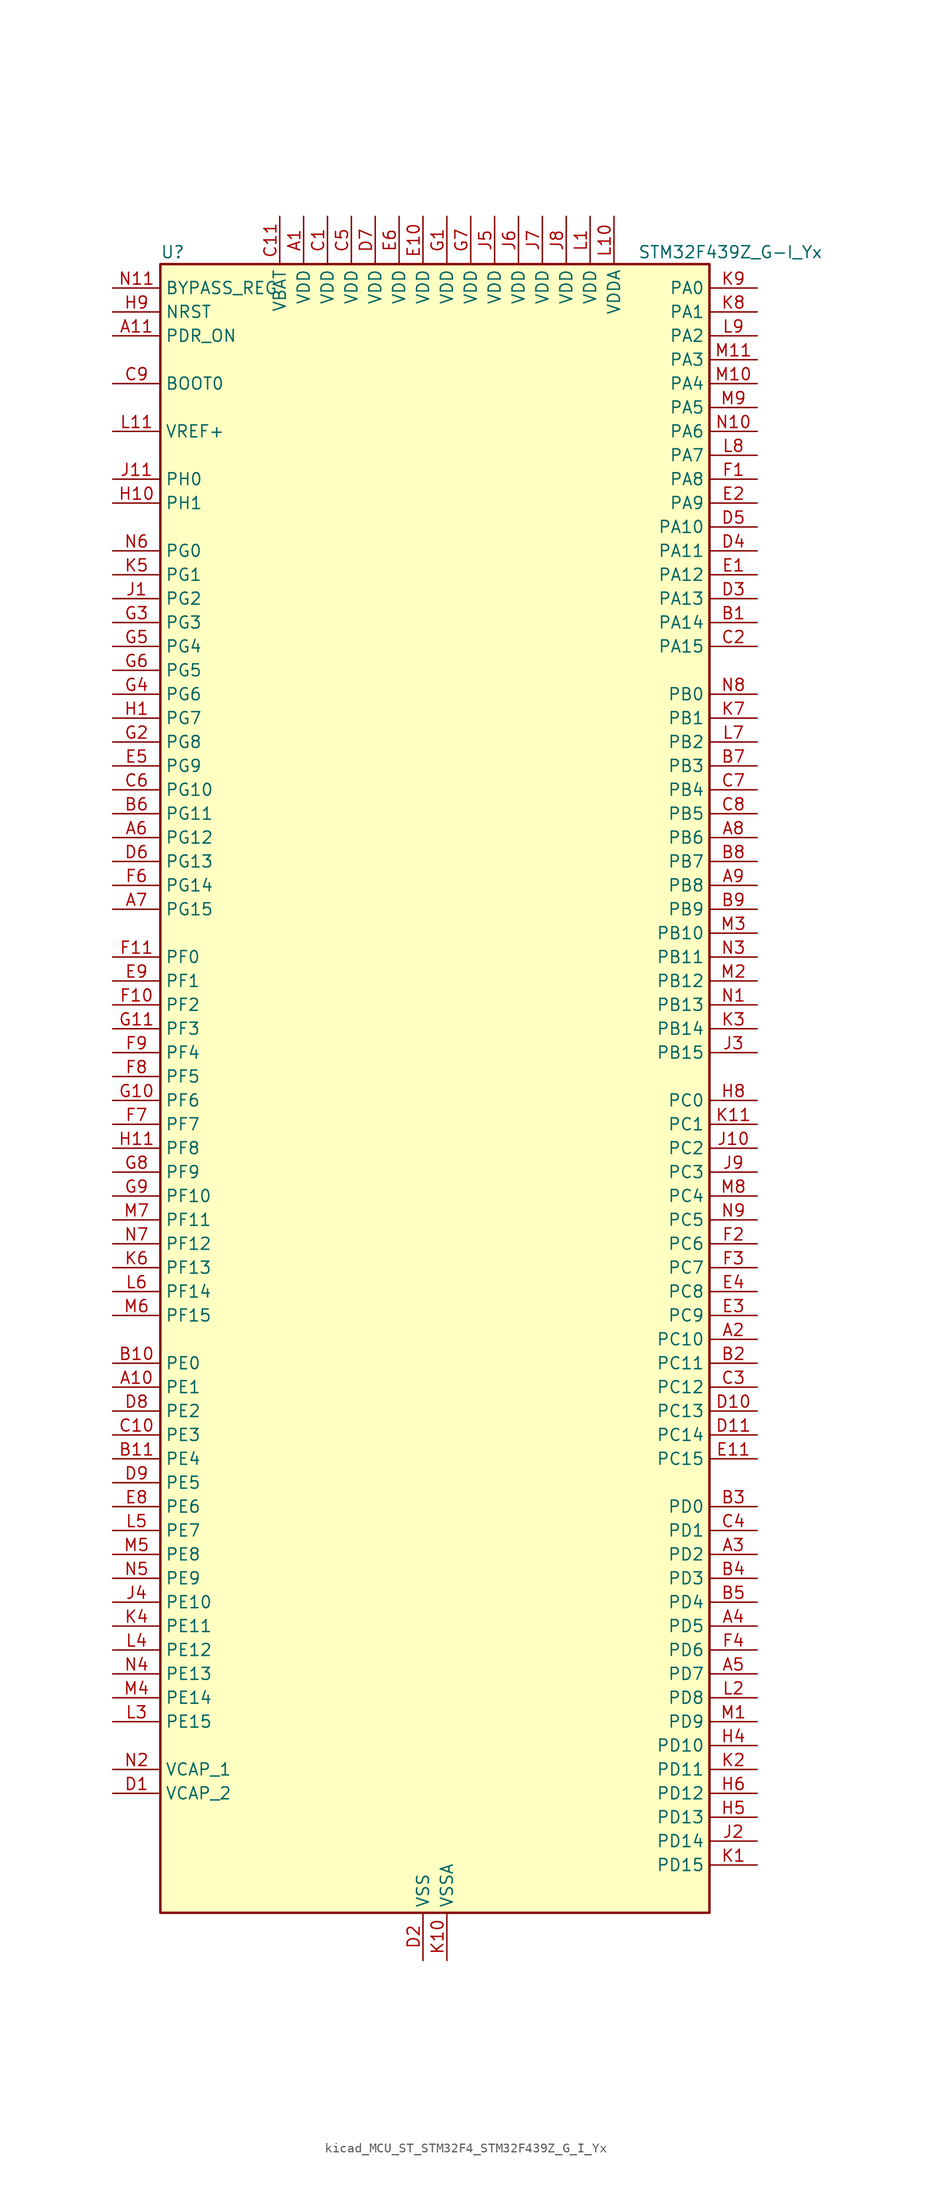
<source format=kicad_sym>
(kicad_symbol_lib
  (version 20220914)
  (generator kicad_symbol_editor)
  (symbol "kicad_MCU_ST_STM32F4_STM32F439Z_G_I_Yx"
    (property "Reference" "U"
      (at -27.94 90.17 0)
      (effects (font (size 1.27 1.27)) (justify left)))
    (property "Value" "STM32F439Z_G-I_Yx"
      (at 22.86 90.17 0)
      (effects (font (size 1.27 1.27)) (justify left)))
    (property "ki_locked" ""
      (at 0 0 0)
      (effects (font (size 1.27 1.27))))
    (symbol "kicad_MCU_ST_STM32F4_STM32F439Z_G_I_Yx_0_1"
      (rectangle (start -27.94 -86.36) (end 30.48 88.9) (stroke (width 0.254) (type default)) (fill (type background))))
    (symbol "kicad_MCU_ST_STM32F4_STM32F439Z_G_I_Yx_1_1"
      (pin power_in line (at -12.7 93.98 270) (length 5.08) (name "VDD" (effects (font (size 1.27 1.27)))) (number "A1" (effects (font (size 1.27 1.27)))))
      (pin bidirectional line (at -33.02 -30.48 0) (length 5.08) (name "PE1" (effects (font (size 1.27 1.27)))) (number "A10" (effects (font (size 1.27 1.27)))) (alternate "DCMI_D3" bidirectional line) (alternate "FMC_NBL1" bidirectional line) (alternate "UART8_TX" bidirectional line))
      (pin input line (at -33.02 81.28 0) (length 5.08) (name "PDR_ON" (effects (font (size 1.27 1.27)))) (number "A11" (effects (font (size 1.27 1.27)))))
      (pin bidirectional line (at 35.56 -25.4 180) (length 5.08) (name "PC10" (effects (font (size 1.27 1.27)))) (number "A2" (effects (font (size 1.27 1.27)))) (alternate "DCMI_D8" bidirectional line) (alternate "I2S3_CK" bidirectional line) (alternate "LTDC_R2" bidirectional line) (alternate "SDIO_D2" bidirectional line) (alternate "SPI3_SCK" bidirectional line) (alternate "UART4_TX" bidirectional line) (alternate "USART3_TX" bidirectional line))
      (pin bidirectional line (at 35.56 -48.26 180) (length 5.08) (name "PD2" (effects (font (size 1.27 1.27)))) (number "A3" (effects (font (size 1.27 1.27)))) (alternate "DCMI_D11" bidirectional line) (alternate "SDIO_CMD" bidirectional line) (alternate "TIM3_ETR" bidirectional line) (alternate "UART5_RX" bidirectional line))
      (pin bidirectional line (at 35.56 -55.88 180) (length 5.08) (name "PD5" (effects (font (size 1.27 1.27)))) (number "A4" (effects (font (size 1.27 1.27)))) (alternate "FMC_NWE" bidirectional line) (alternate "USART2_TX" bidirectional line))
      (pin bidirectional line (at 35.56 -60.96 180) (length 5.08) (name "PD7" (effects (font (size 1.27 1.27)))) (number "A5" (effects (font (size 1.27 1.27)))) (alternate "FMC_NCE2" bidirectional line) (alternate "FMC_NE1" bidirectional line) (alternate "USART2_CK" bidirectional line))
      (pin bidirectional line (at -33.02 27.94 0) (length 5.08) (name "PG12" (effects (font (size 1.27 1.27)))) (number "A6" (effects (font (size 1.27 1.27)))) (alternate "FMC_NE4" bidirectional line) (alternate "LTDC_B1" bidirectional line) (alternate "LTDC_B4" bidirectional line) (alternate "SPI6_MISO" bidirectional line) (alternate "USART6_RTS" bidirectional line))
      (pin bidirectional line (at -33.02 20.32 0) (length 5.08) (name "PG15" (effects (font (size 1.27 1.27)))) (number "A7" (effects (font (size 1.27 1.27)))) (alternate "ADC1_EXTI15" bidirectional line) (alternate "ADC2_EXTI15" bidirectional line) (alternate "ADC3_EXTI15" bidirectional line) (alternate "DCMI_D13" bidirectional line) (alternate "FMC_SDNCAS" bidirectional line) (alternate "USART6_CTS" bidirectional line))
      (pin bidirectional line (at 35.56 27.94 180) (length 5.08) (name "PB6" (effects (font (size 1.27 1.27)))) (number "A8" (effects (font (size 1.27 1.27)))) (alternate "CAN2_TX" bidirectional line) (alternate "DCMI_D5" bidirectional line) (alternate "FMC_SDNE1" bidirectional line) (alternate "I2C1_SCL" bidirectional line) (alternate "TIM4_CH1" bidirectional line) (alternate "USART1_TX" bidirectional line))
      (pin bidirectional line (at 35.56 22.86 180) (length 5.08) (name "PB8" (effects (font (size 1.27 1.27)))) (number "A9" (effects (font (size 1.27 1.27)))) (alternate "CAN1_RX" bidirectional line) (alternate "DCMI_D6" bidirectional line) (alternate "ETH_TXD3" bidirectional line) (alternate "I2C1_SCL" bidirectional line) (alternate "LTDC_B6" bidirectional line) (alternate "SDIO_D4" bidirectional line) (alternate "TIM10_CH1" bidirectional line) (alternate "TIM4_CH3" bidirectional line))
      (pin bidirectional line (at 35.56 50.8 180) (length 5.08) (name "PA14" (effects (font (size 1.27 1.27)))) (number "B1" (effects (font (size 1.27 1.27)))) (alternate "SYS_JTCK-SWCLK" bidirectional line))
      (pin bidirectional line (at -33.02 -27.94 0) (length 5.08) (name "PE0" (effects (font (size 1.27 1.27)))) (number "B10" (effects (font (size 1.27 1.27)))) (alternate "DCMI_D2" bidirectional line) (alternate "FMC_NBL0" bidirectional line) (alternate "TIM4_ETR" bidirectional line) (alternate "UART8_RX" bidirectional line))
      (pin bidirectional line (at -33.02 -38.1 0) (length 5.08) (name "PE4" (effects (font (size 1.27 1.27)))) (number "B11" (effects (font (size 1.27 1.27)))) (alternate "DCMI_D4" bidirectional line) (alternate "FMC_A20" bidirectional line) (alternate "LTDC_B0" bidirectional line) (alternate "SAI1_FS_A" bidirectional line) (alternate "SPI4_NSS" bidirectional line) (alternate "SYS_TRACED1" bidirectional line))
      (pin bidirectional line (at 35.56 -27.94 180) (length 5.08) (name "PC11" (effects (font (size 1.27 1.27)))) (number "B2" (effects (font (size 1.27 1.27)))) (alternate "ADC1_EXTI11" bidirectional line) (alternate "ADC2_EXTI11" bidirectional line) (alternate "ADC3_EXTI11" bidirectional line) (alternate "DCMI_D4" bidirectional line) (alternate "I2S3_ext_SD" bidirectional line) (alternate "SDIO_D3" bidirectional line) (alternate "SPI3_MISO" bidirectional line) (alternate "UART4_RX" bidirectional line) (alternate "USART3_RX" bidirectional line))
      (pin bidirectional line (at 35.56 -43.18 180) (length 5.08) (name "PD0" (effects (font (size 1.27 1.27)))) (number "B3" (effects (font (size 1.27 1.27)))) (alternate "CAN1_RX" bidirectional line) (alternate "FMC_D2" bidirectional line) (alternate "FMC_DA2" bidirectional line))
      (pin bidirectional line (at 35.56 -50.8 180) (length 5.08) (name "PD3" (effects (font (size 1.27 1.27)))) (number "B4" (effects (font (size 1.27 1.27)))) (alternate "DCMI_D5" bidirectional line) (alternate "FMC_CLK" bidirectional line) (alternate "I2S2_CK" bidirectional line) (alternate "LTDC_G7" bidirectional line) (alternate "SPI2_SCK" bidirectional line) (alternate "USART2_CTS" bidirectional line))
      (pin bidirectional line (at 35.56 -53.34 180) (length 5.08) (name "PD4" (effects (font (size 1.27 1.27)))) (number "B5" (effects (font (size 1.27 1.27)))) (alternate "FMC_NOE" bidirectional line) (alternate "USART2_RTS" bidirectional line))
      (pin bidirectional line (at -33.02 30.48 0) (length 5.08) (name "PG11" (effects (font (size 1.27 1.27)))) (number "B6" (effects (font (size 1.27 1.27)))) (alternate "ADC1_EXTI11" bidirectional line) (alternate "ADC2_EXTI11" bidirectional line) (alternate "ADC3_EXTI11" bidirectional line) (alternate "DCMI_D3" bidirectional line) (alternate "ETH_TX_EN" bidirectional line) (alternate "FMC_NCE4_2" bidirectional line) (alternate "LTDC_B3" bidirectional line))
      (pin bidirectional line (at 35.56 35.56 180) (length 5.08) (name "PB3" (effects (font (size 1.27 1.27)))) (number "B7" (effects (font (size 1.27 1.27)))) (alternate "I2S3_CK" bidirectional line) (alternate "SPI1_SCK" bidirectional line) (alternate "SPI3_SCK" bidirectional line) (alternate "SYS_JTDO-SWO" bidirectional line) (alternate "TIM2_CH2" bidirectional line))
      (pin bidirectional line (at 35.56 25.4 180) (length 5.08) (name "PB7" (effects (font (size 1.27 1.27)))) (number "B8" (effects (font (size 1.27 1.27)))) (alternate "DCMI_VSYNC" bidirectional line) (alternate "FMC_NL" bidirectional line) (alternate "I2C1_SDA" bidirectional line) (alternate "TIM4_CH2" bidirectional line) (alternate "USART1_RX" bidirectional line))
      (pin bidirectional line (at 35.56 20.32 180) (length 5.08) (name "PB9" (effects (font (size 1.27 1.27)))) (number "B9" (effects (font (size 1.27 1.27)))) (alternate "CAN1_TX" bidirectional line) (alternate "DAC_EXTI9" bidirectional line) (alternate "DCMI_D7" bidirectional line) (alternate "I2C1_SDA" bidirectional line) (alternate "I2S2_WS" bidirectional line) (alternate "LTDC_B7" bidirectional line) (alternate "SDIO_D5" bidirectional line) (alternate "SPI2_NSS" bidirectional line) (alternate "TIM11_CH1" bidirectional line) (alternate "TIM4_CH4" bidirectional line))
      (pin power_in line (at -10.16 93.98 270) (length 5.08) (name "VDD" (effects (font (size 1.27 1.27)))) (number "C1" (effects (font (size 1.27 1.27)))))
      (pin bidirectional line (at -33.02 -35.56 0) (length 5.08) (name "PE3" (effects (font (size 1.27 1.27)))) (number "C10" (effects (font (size 1.27 1.27)))) (alternate "FMC_A19" bidirectional line) (alternate "SAI1_SD_B" bidirectional line) (alternate "SYS_TRACED0" bidirectional line))
      (pin power_in line (at -15.24 93.98 270) (length 5.08) (name "VBAT" (effects (font (size 1.27 1.27)))) (number "C11" (effects (font (size 1.27 1.27)))))
      (pin bidirectional line (at 35.56 48.26 180) (length 5.08) (name "PA15" (effects (font (size 1.27 1.27)))) (number "C2" (effects (font (size 1.27 1.27)))) (alternate "ADC1_EXTI15" bidirectional line) (alternate "ADC2_EXTI15" bidirectional line) (alternate "ADC3_EXTI15" bidirectional line) (alternate "I2S3_WS" bidirectional line) (alternate "SPI1_NSS" bidirectional line) (alternate "SPI3_NSS" bidirectional line) (alternate "SYS_JTDI" bidirectional line) (alternate "TIM2_CH1" bidirectional line) (alternate "TIM2_ETR" bidirectional line))
      (pin bidirectional line (at 35.56 -30.48 180) (length 5.08) (name "PC12" (effects (font (size 1.27 1.27)))) (number "C3" (effects (font (size 1.27 1.27)))) (alternate "DCMI_D9" bidirectional line) (alternate "I2S3_SD" bidirectional line) (alternate "SDIO_CK" bidirectional line) (alternate "SPI3_MOSI" bidirectional line) (alternate "UART5_TX" bidirectional line) (alternate "USART3_CK" bidirectional line))
      (pin bidirectional line (at 35.56 -45.72 180) (length 5.08) (name "PD1" (effects (font (size 1.27 1.27)))) (number "C4" (effects (font (size 1.27 1.27)))) (alternate "CAN1_TX" bidirectional line) (alternate "FMC_D3" bidirectional line) (alternate "FMC_DA3" bidirectional line))
      (pin power_in line (at -7.62 93.98 270) (length 5.08) (name "VDD" (effects (font (size 1.27 1.27)))) (number "C5" (effects (font (size 1.27 1.27)))))
      (pin bidirectional line (at -33.02 33.02 0) (length 5.08) (name "PG10" (effects (font (size 1.27 1.27)))) (number "C6" (effects (font (size 1.27 1.27)))) (alternate "DCMI_D2" bidirectional line) (alternate "FMC_NCE4_1" bidirectional line) (alternate "FMC_NE3" bidirectional line) (alternate "LTDC_B2" bidirectional line) (alternate "LTDC_G3" bidirectional line))
      (pin bidirectional line (at 35.56 33.02 180) (length 5.08) (name "PB4" (effects (font (size 1.27 1.27)))) (number "C7" (effects (font (size 1.27 1.27)))) (alternate "I2S3_ext_SD" bidirectional line) (alternate "SPI1_MISO" bidirectional line) (alternate "SPI3_MISO" bidirectional line) (alternate "SYS_JTRST" bidirectional line) (alternate "TIM3_CH1" bidirectional line))
      (pin bidirectional line (at 35.56 30.48 180) (length 5.08) (name "PB5" (effects (font (size 1.27 1.27)))) (number "C8" (effects (font (size 1.27 1.27)))) (alternate "CAN2_RX" bidirectional line) (alternate "DCMI_D10" bidirectional line) (alternate "ETH_PPS_OUT" bidirectional line) (alternate "FMC_SDCKE1" bidirectional line) (alternate "I2C1_SMBA" bidirectional line) (alternate "I2S3_SD" bidirectional line) (alternate "SPI1_MOSI" bidirectional line) (alternate "SPI3_MOSI" bidirectional line) (alternate "TIM3_CH2" bidirectional line) (alternate "USB_OTG_HS_ULPI_D7" bidirectional line))
      (pin input line (at -33.02 76.2 0) (length 5.08) (name "BOOT0" (effects (font (size 1.27 1.27)))) (number "C9" (effects (font (size 1.27 1.27)))))
      (pin power_out line (at -33.02 -73.66 0) (length 5.08) (name "VCAP_2" (effects (font (size 1.27 1.27)))) (number "D1" (effects (font (size 1.27 1.27)))))
      (pin bidirectional line (at 35.56 -33.02 180) (length 5.08) (name "PC13" (effects (font (size 1.27 1.27)))) (number "D10" (effects (font (size 1.27 1.27)))) (alternate "RTC_AF1" bidirectional line))
      (pin bidirectional line (at 35.56 -35.56 180) (length 5.08) (name "PC14" (effects (font (size 1.27 1.27)))) (number "D11" (effects (font (size 1.27 1.27)))) (alternate "RCC_OSC32_IN" bidirectional line))
      (pin power_in line (at 0 -91.44 90) (length 5.08) (name "VSS" (effects (font (size 1.27 1.27)))) (number "D2" (effects (font (size 1.27 1.27)))))
      (pin bidirectional line (at 35.56 53.34 180) (length 5.08) (name "PA13" (effects (font (size 1.27 1.27)))) (number "D3" (effects (font (size 1.27 1.27)))) (alternate "SYS_JTMS-SWDIO" bidirectional line))
      (pin bidirectional line (at 35.56 58.42 180) (length 5.08) (name "PA11" (effects (font (size 1.27 1.27)))) (number "D4" (effects (font (size 1.27 1.27)))) (alternate "ADC1_EXTI11" bidirectional line) (alternate "ADC2_EXTI11" bidirectional line) (alternate "ADC3_EXTI11" bidirectional line) (alternate "CAN1_RX" bidirectional line) (alternate "LTDC_R4" bidirectional line) (alternate "TIM1_CH4" bidirectional line) (alternate "USART1_CTS" bidirectional line) (alternate "USB_OTG_FS_DM" bidirectional line))
      (pin bidirectional line (at 35.56 60.96 180) (length 5.08) (name "PA10" (effects (font (size 1.27 1.27)))) (number "D5" (effects (font (size 1.27 1.27)))) (alternate "DCMI_D1" bidirectional line) (alternate "TIM1_CH3" bidirectional line) (alternate "USART1_RX" bidirectional line) (alternate "USB_OTG_FS_ID" bidirectional line))
      (pin bidirectional line (at -33.02 25.4 0) (length 5.08) (name "PG13" (effects (font (size 1.27 1.27)))) (number "D6" (effects (font (size 1.27 1.27)))) (alternate "ETH_TXD0" bidirectional line) (alternate "FMC_A24" bidirectional line) (alternate "SPI6_SCK" bidirectional line) (alternate "USART6_CTS" bidirectional line))
      (pin power_in line (at -5.08 93.98 270) (length 5.08) (name "VDD" (effects (font (size 1.27 1.27)))) (number "D7" (effects (font (size 1.27 1.27)))))
      (pin bidirectional line (at -33.02 -33.02 0) (length 5.08) (name "PE2" (effects (font (size 1.27 1.27)))) (number "D8" (effects (font (size 1.27 1.27)))) (alternate "ETH_TXD3" bidirectional line) (alternate "FMC_A23" bidirectional line) (alternate "SAI1_MCLK_A" bidirectional line) (alternate "SPI4_SCK" bidirectional line) (alternate "SYS_TRACECLK" bidirectional line))
      (pin bidirectional line (at -33.02 -40.64 0) (length 5.08) (name "PE5" (effects (font (size 1.27 1.27)))) (number "D9" (effects (font (size 1.27 1.27)))) (alternate "DCMI_D6" bidirectional line) (alternate "FMC_A21" bidirectional line) (alternate "LTDC_G0" bidirectional line) (alternate "SAI1_SCK_A" bidirectional line) (alternate "SPI4_MISO" bidirectional line) (alternate "SYS_TRACED2" bidirectional line) (alternate "TIM9_CH1" bidirectional line))
      (pin bidirectional line (at 35.56 55.88 180) (length 5.08) (name "PA12" (effects (font (size 1.27 1.27)))) (number "E1" (effects (font (size 1.27 1.27)))) (alternate "CAN1_TX" bidirectional line) (alternate "LTDC_R5" bidirectional line) (alternate "TIM1_ETR" bidirectional line) (alternate "USART1_RTS" bidirectional line) (alternate "USB_OTG_FS_DP" bidirectional line))
      (pin power_in line (at 0 93.98 270) (length 5.08) (name "VDD" (effects (font (size 1.27 1.27)))) (number "E10" (effects (font (size 1.27 1.27)))))
      (pin bidirectional line (at 35.56 -38.1 180) (length 5.08) (name "PC15" (effects (font (size 1.27 1.27)))) (number "E11" (effects (font (size 1.27 1.27)))) (alternate "ADC1_EXTI15" bidirectional line) (alternate "ADC2_EXTI15" bidirectional line) (alternate "ADC3_EXTI15" bidirectional line) (alternate "RCC_OSC32_OUT" bidirectional line))
      (pin bidirectional line (at 35.56 63.5 180) (length 5.08) (name "PA9" (effects (font (size 1.27 1.27)))) (number "E2" (effects (font (size 1.27 1.27)))) (alternate "DAC_EXTI9" bidirectional line) (alternate "DCMI_D0" bidirectional line) (alternate "I2C3_SMBA" bidirectional line) (alternate "TIM1_CH2" bidirectional line) (alternate "USART1_TX" bidirectional line) (alternate "USB_OTG_FS_VBUS" bidirectional line))
      (pin bidirectional line (at 35.56 -22.86 180) (length 5.08) (name "PC9" (effects (font (size 1.27 1.27)))) (number "E3" (effects (font (size 1.27 1.27)))) (alternate "DAC_EXTI9" bidirectional line) (alternate "DCMI_D3" bidirectional line) (alternate "I2C3_SDA" bidirectional line) (alternate "I2S_CKIN" bidirectional line) (alternate "RCC_MCO_2" bidirectional line) (alternate "SDIO_D1" bidirectional line) (alternate "TIM3_CH4" bidirectional line) (alternate "TIM8_CH4" bidirectional line))
      (pin bidirectional line (at 35.56 -20.32 180) (length 5.08) (name "PC8" (effects (font (size 1.27 1.27)))) (number "E4" (effects (font (size 1.27 1.27)))) (alternate "DCMI_D2" bidirectional line) (alternate "SDIO_D0" bidirectional line) (alternate "TIM3_CH3" bidirectional line) (alternate "TIM8_CH3" bidirectional line) (alternate "USART6_CK" bidirectional line))
      (pin bidirectional line (at -33.02 35.56 0) (length 5.08) (name "PG9" (effects (font (size 1.27 1.27)))) (number "E5" (effects (font (size 1.27 1.27)))) (alternate "DAC_EXTI9" bidirectional line) (alternate "DCMI_VSYNC" bidirectional line) (alternate "FMC_NCE3" bidirectional line) (alternate "FMC_NE2" bidirectional line) (alternate "USART6_RX" bidirectional line))
      (pin power_in line (at -2.54 93.98 270) (length 5.08) (name "VDD" (effects (font (size 1.27 1.27)))) (number "E6" (effects (font (size 1.27 1.27)))))
      (pin passive line (at 0 -91.44 90) (length 5.08) hide (name "VSS" (effects (font (size 1.27 1.27)))) (number "E7" (effects (font (size 1.27 1.27)))))
      (pin bidirectional line (at -33.02 -43.18 0) (length 5.08) (name "PE6" (effects (font (size 1.27 1.27)))) (number "E8" (effects (font (size 1.27 1.27)))) (alternate "DCMI_D7" bidirectional line) (alternate "FMC_A22" bidirectional line) (alternate "LTDC_G1" bidirectional line) (alternate "SAI1_SD_A" bidirectional line) (alternate "SPI4_MOSI" bidirectional line) (alternate "SYS_TRACED3" bidirectional line) (alternate "TIM9_CH2" bidirectional line))
      (pin bidirectional line (at -33.02 12.7 0) (length 5.08) (name "PF1" (effects (font (size 1.27 1.27)))) (number "E9" (effects (font (size 1.27 1.27)))) (alternate "FMC_A1" bidirectional line) (alternate "I2C2_SCL" bidirectional line))
      (pin bidirectional line (at 35.56 66.04 180) (length 5.08) (name "PA8" (effects (font (size 1.27 1.27)))) (number "F1" (effects (font (size 1.27 1.27)))) (alternate "I2C3_SCL" bidirectional line) (alternate "LTDC_R6" bidirectional line) (alternate "RCC_MCO_1" bidirectional line) (alternate "TIM1_CH1" bidirectional line) (alternate "USART1_CK" bidirectional line) (alternate "USB_OTG_FS_SOF" bidirectional line))
      (pin bidirectional line (at -33.02 10.16 0) (length 5.08) (name "PF2" (effects (font (size 1.27 1.27)))) (number "F10" (effects (font (size 1.27 1.27)))) (alternate "FMC_A2" bidirectional line) (alternate "I2C2_SMBA" bidirectional line))
      (pin bidirectional line (at -33.02 15.24 0) (length 5.08) (name "PF0" (effects (font (size 1.27 1.27)))) (number "F11" (effects (font (size 1.27 1.27)))) (alternate "FMC_A0" bidirectional line) (alternate "I2C2_SDA" bidirectional line))
      (pin bidirectional line (at 35.56 -15.24 180) (length 5.08) (name "PC6" (effects (font (size 1.27 1.27)))) (number "F2" (effects (font (size 1.27 1.27)))) (alternate "DCMI_D0" bidirectional line) (alternate "I2S2_MCK" bidirectional line) (alternate "LTDC_HSYNC" bidirectional line) (alternate "SDIO_D6" bidirectional line) (alternate "TIM3_CH1" bidirectional line) (alternate "TIM8_CH1" bidirectional line) (alternate "USART6_TX" bidirectional line))
      (pin bidirectional line (at 35.56 -17.78 180) (length 5.08) (name "PC7" (effects (font (size 1.27 1.27)))) (number "F3" (effects (font (size 1.27 1.27)))) (alternate "DCMI_D1" bidirectional line) (alternate "I2S3_MCK" bidirectional line) (alternate "LTDC_G6" bidirectional line) (alternate "SDIO_D7" bidirectional line) (alternate "TIM3_CH2" bidirectional line) (alternate "TIM8_CH2" bidirectional line) (alternate "USART6_RX" bidirectional line))
      (pin bidirectional line (at 35.56 -58.42 180) (length 5.08) (name "PD6" (effects (font (size 1.27 1.27)))) (number "F4" (effects (font (size 1.27 1.27)))) (alternate "DCMI_D10" bidirectional line) (alternate "FMC_NWAIT" bidirectional line) (alternate "I2S3_SD" bidirectional line) (alternate "LTDC_B2" bidirectional line) (alternate "SAI1_SD_A" bidirectional line) (alternate "SPI3_MOSI" bidirectional line) (alternate "USART2_RX" bidirectional line))
      (pin passive line (at 0 -91.44 90) (length 5.08) hide (name "VSS" (effects (font (size 1.27 1.27)))) (number "F5" (effects (font (size 1.27 1.27)))))
      (pin bidirectional line (at -33.02 22.86 0) (length 5.08) (name "PG14" (effects (font (size 1.27 1.27)))) (number "F6" (effects (font (size 1.27 1.27)))) (alternate "ETH_TXD1" bidirectional line) (alternate "FMC_A25" bidirectional line) (alternate "SPI6_MOSI" bidirectional line) (alternate "USART6_TX" bidirectional line))
      (pin bidirectional line (at -33.02 -2.54 0) (length 5.08) (name "PF7" (effects (font (size 1.27 1.27)))) (number "F7" (effects (font (size 1.27 1.27)))) (alternate "ADC3_IN5" bidirectional line) (alternate "FMC_NREG" bidirectional line) (alternate "SAI1_MCLK_B" bidirectional line) (alternate "SPI5_SCK" bidirectional line) (alternate "TIM11_CH1" bidirectional line) (alternate "UART7_TX" bidirectional line))
      (pin bidirectional line (at -33.02 2.54 0) (length 5.08) (name "PF5" (effects (font (size 1.27 1.27)))) (number "F8" (effects (font (size 1.27 1.27)))) (alternate "ADC3_IN15" bidirectional line) (alternate "FMC_A5" bidirectional line))
      (pin bidirectional line (at -33.02 5.08 0) (length 5.08) (name "PF4" (effects (font (size 1.27 1.27)))) (number "F9" (effects (font (size 1.27 1.27)))) (alternate "ADC3_IN14" bidirectional line) (alternate "FMC_A4" bidirectional line))
      (pin power_in line (at 2.54 93.98 270) (length 5.08) (name "VDD" (effects (font (size 1.27 1.27)))) (number "G1" (effects (font (size 1.27 1.27)))))
      (pin bidirectional line (at -33.02 0 0) (length 5.08) (name "PF6" (effects (font (size 1.27 1.27)))) (number "G10" (effects (font (size 1.27 1.27)))) (alternate "ADC3_IN4" bidirectional line) (alternate "FMC_NIORD" bidirectional line) (alternate "SAI1_SD_B" bidirectional line) (alternate "SPI5_NSS" bidirectional line) (alternate "TIM10_CH1" bidirectional line) (alternate "UART7_RX" bidirectional line))
      (pin bidirectional line (at -33.02 7.62 0) (length 5.08) (name "PF3" (effects (font (size 1.27 1.27)))) (number "G11" (effects (font (size 1.27 1.27)))) (alternate "ADC3_IN9" bidirectional line) (alternate "FMC_A3" bidirectional line))
      (pin bidirectional line (at -33.02 38.1 0) (length 5.08) (name "PG8" (effects (font (size 1.27 1.27)))) (number "G2" (effects (font (size 1.27 1.27)))) (alternate "ETH_PPS_OUT" bidirectional line) (alternate "FMC_SDCLK" bidirectional line) (alternate "SPI6_NSS" bidirectional line) (alternate "USART6_RTS" bidirectional line))
      (pin bidirectional line (at -33.02 50.8 0) (length 5.08) (name "PG3" (effects (font (size 1.27 1.27)))) (number "G3" (effects (font (size 1.27 1.27)))) (alternate "FMC_A13" bidirectional line))
      (pin bidirectional line (at -33.02 43.18 0) (length 5.08) (name "PG6" (effects (font (size 1.27 1.27)))) (number "G4" (effects (font (size 1.27 1.27)))) (alternate "DCMI_D12" bidirectional line) (alternate "FMC_INT2" bidirectional line) (alternate "LTDC_R7" bidirectional line))
      (pin bidirectional line (at -33.02 48.26 0) (length 5.08) (name "PG4" (effects (font (size 1.27 1.27)))) (number "G5" (effects (font (size 1.27 1.27)))) (alternate "FMC_A14" bidirectional line) (alternate "FMC_BA0" bidirectional line))
      (pin bidirectional line (at -33.02 45.72 0) (length 5.08) (name "PG5" (effects (font (size 1.27 1.27)))) (number "G6" (effects (font (size 1.27 1.27)))) (alternate "FMC_A15" bidirectional line) (alternate "FMC_BA1" bidirectional line))
      (pin power_in line (at 5.08 93.98 270) (length 5.08) (name "VDD" (effects (font (size 1.27 1.27)))) (number "G7" (effects (font (size 1.27 1.27)))))
      (pin bidirectional line (at -33.02 -7.62 0) (length 5.08) (name "PF9" (effects (font (size 1.27 1.27)))) (number "G8" (effects (font (size 1.27 1.27)))) (alternate "ADC3_IN7" bidirectional line) (alternate "DAC_EXTI9" bidirectional line) (alternate "FMC_CD" bidirectional line) (alternate "SAI1_FS_B" bidirectional line) (alternate "SPI5_MOSI" bidirectional line) (alternate "TIM14_CH1" bidirectional line))
      (pin bidirectional line (at -33.02 -10.16 0) (length 5.08) (name "PF10" (effects (font (size 1.27 1.27)))) (number "G9" (effects (font (size 1.27 1.27)))) (alternate "ADC3_IN8" bidirectional line) (alternate "DCMI_D11" bidirectional line) (alternate "FMC_INTR" bidirectional line) (alternate "LTDC_DE" bidirectional line))
      (pin bidirectional line (at -33.02 40.64 0) (length 5.08) (name "PG7" (effects (font (size 1.27 1.27)))) (number "H1" (effects (font (size 1.27 1.27)))) (alternate "DCMI_D13" bidirectional line) (alternate "FMC_INT3" bidirectional line) (alternate "LTDC_CLK" bidirectional line) (alternate "USART6_CK" bidirectional line))
      (pin bidirectional line (at -33.02 63.5 0) (length 5.08) (name "PH1" (effects (font (size 1.27 1.27)))) (number "H10" (effects (font (size 1.27 1.27)))) (alternate "RCC_OSC_OUT" bidirectional line))
      (pin bidirectional line (at -33.02 -5.08 0) (length 5.08) (name "PF8" (effects (font (size 1.27 1.27)))) (number "H11" (effects (font (size 1.27 1.27)))) (alternate "ADC3_IN6" bidirectional line) (alternate "FMC_NIOWR" bidirectional line) (alternate "SAI1_SCK_B" bidirectional line) (alternate "SPI5_MISO" bidirectional line) (alternate "TIM13_CH1" bidirectional line))
      (pin passive line (at 0 -91.44 90) (length 5.08) hide (name "VSS" (effects (font (size 1.27 1.27)))) (number "H2" (effects (font (size 1.27 1.27)))))
      (pin passive line (at 0 -91.44 90) (length 5.08) hide (name "VSS" (effects (font (size 1.27 1.27)))) (number "H3" (effects (font (size 1.27 1.27)))))
      (pin bidirectional line (at 35.56 -68.58 180) (length 5.08) (name "PD10" (effects (font (size 1.27 1.27)))) (number "H4" (effects (font (size 1.27 1.27)))) (alternate "FMC_D15" bidirectional line) (alternate "FMC_DA15" bidirectional line) (alternate "LTDC_B3" bidirectional line) (alternate "USART3_CK" bidirectional line))
      (pin bidirectional line (at 35.56 -76.2 180) (length 5.08) (name "PD13" (effects (font (size 1.27 1.27)))) (number "H5" (effects (font (size 1.27 1.27)))) (alternate "FMC_A18" bidirectional line) (alternate "TIM4_CH2" bidirectional line))
      (pin bidirectional line (at 35.56 -73.66 180) (length 5.08) (name "PD12" (effects (font (size 1.27 1.27)))) (number "H6" (effects (font (size 1.27 1.27)))) (alternate "FMC_A17" bidirectional line) (alternate "FMC_ALE" bidirectional line) (alternate "TIM4_CH1" bidirectional line) (alternate "USART3_RTS" bidirectional line))
      (pin passive line (at 0 -91.44 90) (length 5.08) hide (name "VSS" (effects (font (size 1.27 1.27)))) (number "H7" (effects (font (size 1.27 1.27)))))
      (pin bidirectional line (at 35.56 0 180) (length 5.08) (name "PC0" (effects (font (size 1.27 1.27)))) (number "H8" (effects (font (size 1.27 1.27)))) (alternate "ADC1_IN10" bidirectional line) (alternate "ADC2_IN10" bidirectional line) (alternate "ADC3_IN10" bidirectional line) (alternate "FMC_SDNWE" bidirectional line) (alternate "USB_OTG_HS_ULPI_STP" bidirectional line))
      (pin input line (at -33.02 83.82 0) (length 5.08) (name "NRST" (effects (font (size 1.27 1.27)))) (number "H9" (effects (font (size 1.27 1.27)))))
      (pin bidirectional line (at -33.02 53.34 0) (length 5.08) (name "PG2" (effects (font (size 1.27 1.27)))) (number "J1" (effects (font (size 1.27 1.27)))) (alternate "FMC_A12" bidirectional line))
      (pin bidirectional line (at 35.56 -5.08 180) (length 5.08) (name "PC2" (effects (font (size 1.27 1.27)))) (number "J10" (effects (font (size 1.27 1.27)))) (alternate "ADC1_IN12" bidirectional line) (alternate "ADC2_IN12" bidirectional line) (alternate "ADC3_IN12" bidirectional line) (alternate "ETH_TXD2" bidirectional line) (alternate "FMC_SDNE0" bidirectional line) (alternate "I2S2_ext_SD" bidirectional line) (alternate "SPI2_MISO" bidirectional line) (alternate "USB_OTG_HS_ULPI_DIR" bidirectional line))
      (pin bidirectional line (at -33.02 66.04 0) (length 5.08) (name "PH0" (effects (font (size 1.27 1.27)))) (number "J11" (effects (font (size 1.27 1.27)))) (alternate "RCC_OSC_IN" bidirectional line))
      (pin bidirectional line (at 35.56 -78.74 180) (length 5.08) (name "PD14" (effects (font (size 1.27 1.27)))) (number "J2" (effects (font (size 1.27 1.27)))) (alternate "FMC_D0" bidirectional line) (alternate "FMC_DA0" bidirectional line) (alternate "TIM4_CH3" bidirectional line))
      (pin bidirectional line (at 35.56 5.08 180) (length 5.08) (name "PB15" (effects (font (size 1.27 1.27)))) (number "J3" (effects (font (size 1.27 1.27)))) (alternate "ADC1_EXTI15" bidirectional line) (alternate "ADC2_EXTI15" bidirectional line) (alternate "ADC3_EXTI15" bidirectional line) (alternate "I2S2_SD" bidirectional line) (alternate "RTC_REFIN" bidirectional line) (alternate "SPI2_MOSI" bidirectional line) (alternate "TIM12_CH2" bidirectional line) (alternate "TIM1_CH3N" bidirectional line) (alternate "TIM8_CH3N" bidirectional line) (alternate "USB_OTG_HS_DP" bidirectional line))
      (pin bidirectional line (at -33.02 -53.34 0) (length 5.08) (name "PE10" (effects (font (size 1.27 1.27)))) (number "J4" (effects (font (size 1.27 1.27)))) (alternate "FMC_D7" bidirectional line) (alternate "FMC_DA7" bidirectional line) (alternate "TIM1_CH2N" bidirectional line))
      (pin power_in line (at 7.62 93.98 270) (length 5.08) (name "VDD" (effects (font (size 1.27 1.27)))) (number "J5" (effects (font (size 1.27 1.27)))))
      (pin power_in line (at 10.16 93.98 270) (length 5.08) (name "VDD" (effects (font (size 1.27 1.27)))) (number "J6" (effects (font (size 1.27 1.27)))))
      (pin power_in line (at 12.7 93.98 270) (length 5.08) (name "VDD" (effects (font (size 1.27 1.27)))) (number "J7" (effects (font (size 1.27 1.27)))))
      (pin power_in line (at 15.24 93.98 270) (length 5.08) (name "VDD" (effects (font (size 1.27 1.27)))) (number "J8" (effects (font (size 1.27 1.27)))))
      (pin bidirectional line (at 35.56 -7.62 180) (length 5.08) (name "PC3" (effects (font (size 1.27 1.27)))) (number "J9" (effects (font (size 1.27 1.27)))) (alternate "ADC1_IN13" bidirectional line) (alternate "ADC2_IN13" bidirectional line) (alternate "ADC3_IN13" bidirectional line) (alternate "ETH_TX_CLK" bidirectional line) (alternate "FMC_SDCKE0" bidirectional line) (alternate "I2S2_SD" bidirectional line) (alternate "SPI2_MOSI" bidirectional line) (alternate "USB_OTG_HS_ULPI_NXT" bidirectional line))
      (pin bidirectional line (at 35.56 -81.28 180) (length 5.08) (name "PD15" (effects (font (size 1.27 1.27)))) (number "K1" (effects (font (size 1.27 1.27)))) (alternate "ADC1_EXTI15" bidirectional line) (alternate "ADC2_EXTI15" bidirectional line) (alternate "ADC3_EXTI15" bidirectional line) (alternate "FMC_D1" bidirectional line) (alternate "FMC_DA1" bidirectional line) (alternate "TIM4_CH4" bidirectional line))
      (pin power_in line (at 2.54 -91.44 90) (length 5.08) (name "VSSA" (effects (font (size 1.27 1.27)))) (number "K10" (effects (font (size 1.27 1.27)))))
      (pin bidirectional line (at 35.56 -2.54 180) (length 5.08) (name "PC1" (effects (font (size 1.27 1.27)))) (number "K11" (effects (font (size 1.27 1.27)))) (alternate "ADC1_IN11" bidirectional line) (alternate "ADC2_IN11" bidirectional line) (alternate "ADC3_IN11" bidirectional line) (alternate "ETH_MDC" bidirectional line))
      (pin bidirectional line (at 35.56 -71.12 180) (length 5.08) (name "PD11" (effects (font (size 1.27 1.27)))) (number "K2" (effects (font (size 1.27 1.27)))) (alternate "ADC1_EXTI11" bidirectional line) (alternate "ADC2_EXTI11" bidirectional line) (alternate "ADC3_EXTI11" bidirectional line) (alternate "FMC_A16" bidirectional line) (alternate "FMC_CLE" bidirectional line) (alternate "USART3_CTS" bidirectional line))
      (pin bidirectional line (at 35.56 7.62 180) (length 5.08) (name "PB14" (effects (font (size 1.27 1.27)))) (number "K3" (effects (font (size 1.27 1.27)))) (alternate "I2S2_ext_SD" bidirectional line) (alternate "SPI2_MISO" bidirectional line) (alternate "TIM12_CH1" bidirectional line) (alternate "TIM1_CH2N" bidirectional line) (alternate "TIM8_CH2N" bidirectional line) (alternate "USART3_RTS" bidirectional line) (alternate "USB_OTG_HS_DM" bidirectional line))
      (pin bidirectional line (at -33.02 -55.88 0) (length 5.08) (name "PE11" (effects (font (size 1.27 1.27)))) (number "K4" (effects (font (size 1.27 1.27)))) (alternate "ADC1_EXTI11" bidirectional line) (alternate "ADC2_EXTI11" bidirectional line) (alternate "ADC3_EXTI11" bidirectional line) (alternate "FMC_D8" bidirectional line) (alternate "FMC_DA8" bidirectional line) (alternate "LTDC_G3" bidirectional line) (alternate "SPI4_NSS" bidirectional line) (alternate "TIM1_CH2" bidirectional line))
      (pin bidirectional line (at -33.02 55.88 0) (length 5.08) (name "PG1" (effects (font (size 1.27 1.27)))) (number "K5" (effects (font (size 1.27 1.27)))) (alternate "FMC_A11" bidirectional line))
      (pin bidirectional line (at -33.02 -17.78 0) (length 5.08) (name "PF13" (effects (font (size 1.27 1.27)))) (number "K6" (effects (font (size 1.27 1.27)))) (alternate "FMC_A7" bidirectional line))
      (pin bidirectional line (at 35.56 40.64 180) (length 5.08) (name "PB1" (effects (font (size 1.27 1.27)))) (number "K7" (effects (font (size 1.27 1.27)))) (alternate "ADC1_IN9" bidirectional line) (alternate "ADC2_IN9" bidirectional line) (alternate "ETH_RXD3" bidirectional line) (alternate "LTDC_R6" bidirectional line) (alternate "TIM1_CH3N" bidirectional line) (alternate "TIM3_CH4" bidirectional line) (alternate "TIM8_CH3N" bidirectional line) (alternate "USB_OTG_HS_ULPI_D2" bidirectional line))
      (pin bidirectional line (at 35.56 83.82 180) (length 5.08) (name "PA1" (effects (font (size 1.27 1.27)))) (number "K8" (effects (font (size 1.27 1.27)))) (alternate "ADC1_IN1" bidirectional line) (alternate "ADC2_IN1" bidirectional line) (alternate "ADC3_IN1" bidirectional line) (alternate "ETH_REF_CLK" bidirectional line) (alternate "ETH_RX_CLK" bidirectional line) (alternate "TIM2_CH2" bidirectional line) (alternate "TIM5_CH2" bidirectional line) (alternate "UART4_RX" bidirectional line) (alternate "USART2_RTS" bidirectional line))
      (pin bidirectional line (at 35.56 86.36 180) (length 5.08) (name "PA0" (effects (font (size 1.27 1.27)))) (number "K9" (effects (font (size 1.27 1.27)))) (alternate "ADC1_IN0" bidirectional line) (alternate "ADC2_IN0" bidirectional line) (alternate "ADC3_IN0" bidirectional line) (alternate "ETH_CRS" bidirectional line) (alternate "SYS_WKUP" bidirectional line) (alternate "TIM2_CH1" bidirectional line) (alternate "TIM2_ETR" bidirectional line) (alternate "TIM5_CH1" bidirectional line) (alternate "TIM8_ETR" bidirectional line) (alternate "UART4_TX" bidirectional line) (alternate "USART2_CTS" bidirectional line))
      (pin power_in line (at 17.78 93.98 270) (length 5.08) (name "VDD" (effects (font (size 1.27 1.27)))) (number "L1" (effects (font (size 1.27 1.27)))))
      (pin power_in line (at 20.32 93.98 270) (length 5.08) (name "VDDA" (effects (font (size 1.27 1.27)))) (number "L10" (effects (font (size 1.27 1.27)))))
      (pin input line (at -33.02 71.12 0) (length 5.08) (name "VREF+" (effects (font (size 1.27 1.27)))) (number "L11" (effects (font (size 1.27 1.27)))))
      (pin bidirectional line (at 35.56 -63.5 180) (length 5.08) (name "PD8" (effects (font (size 1.27 1.27)))) (number "L2" (effects (font (size 1.27 1.27)))) (alternate "FMC_D13" bidirectional line) (alternate "FMC_DA13" bidirectional line) (alternate "USART3_TX" bidirectional line))
      (pin bidirectional line (at -33.02 -66.04 0) (length 5.08) (name "PE15" (effects (font (size 1.27 1.27)))) (number "L3" (effects (font (size 1.27 1.27)))) (alternate "ADC1_EXTI15" bidirectional line) (alternate "ADC2_EXTI15" bidirectional line) (alternate "ADC3_EXTI15" bidirectional line) (alternate "FMC_D12" bidirectional line) (alternate "FMC_DA12" bidirectional line) (alternate "LTDC_R7" bidirectional line) (alternate "TIM1_BKIN" bidirectional line))
      (pin bidirectional line (at -33.02 -58.42 0) (length 5.08) (name "PE12" (effects (font (size 1.27 1.27)))) (number "L4" (effects (font (size 1.27 1.27)))) (alternate "FMC_D9" bidirectional line) (alternate "FMC_DA9" bidirectional line) (alternate "LTDC_B4" bidirectional line) (alternate "SPI4_SCK" bidirectional line) (alternate "TIM1_CH3N" bidirectional line))
      (pin bidirectional line (at -33.02 -45.72 0) (length 5.08) (name "PE7" (effects (font (size 1.27 1.27)))) (number "L5" (effects (font (size 1.27 1.27)))) (alternate "FMC_D4" bidirectional line) (alternate "FMC_DA4" bidirectional line) (alternate "TIM1_ETR" bidirectional line) (alternate "UART7_RX" bidirectional line))
      (pin bidirectional line (at -33.02 -20.32 0) (length 5.08) (name "PF14" (effects (font (size 1.27 1.27)))) (number "L6" (effects (font (size 1.27 1.27)))) (alternate "FMC_A8" bidirectional line))
      (pin bidirectional line (at 35.56 38.1 180) (length 5.08) (name "PB2" (effects (font (size 1.27 1.27)))) (number "L7" (effects (font (size 1.27 1.27)))))
      (pin bidirectional line (at 35.56 68.58 180) (length 5.08) (name "PA7" (effects (font (size 1.27 1.27)))) (number "L8" (effects (font (size 1.27 1.27)))) (alternate "ADC1_IN7" bidirectional line) (alternate "ADC2_IN7" bidirectional line) (alternate "ETH_CRS_DV" bidirectional line) (alternate "ETH_RX_DV" bidirectional line) (alternate "SPI1_MOSI" bidirectional line) (alternate "TIM14_CH1" bidirectional line) (alternate "TIM1_CH1N" bidirectional line) (alternate "TIM3_CH2" bidirectional line) (alternate "TIM8_CH1N" bidirectional line))
      (pin bidirectional line (at 35.56 81.28 180) (length 5.08) (name "PA2" (effects (font (size 1.27 1.27)))) (number "L9" (effects (font (size 1.27 1.27)))) (alternate "ADC1_IN2" bidirectional line) (alternate "ADC2_IN2" bidirectional line) (alternate "ADC3_IN2" bidirectional line) (alternate "ETH_MDIO" bidirectional line) (alternate "TIM2_CH3" bidirectional line) (alternate "TIM5_CH3" bidirectional line) (alternate "TIM9_CH1" bidirectional line) (alternate "USART2_TX" bidirectional line))
      (pin bidirectional line (at 35.56 -66.04 180) (length 5.08) (name "PD9" (effects (font (size 1.27 1.27)))) (number "M1" (effects (font (size 1.27 1.27)))) (alternate "DAC_EXTI9" bidirectional line) (alternate "FMC_D14" bidirectional line) (alternate "FMC_DA14" bidirectional line) (alternate "USART3_RX" bidirectional line))
      (pin bidirectional line (at 35.56 76.2 180) (length 5.08) (name "PA4" (effects (font (size 1.27 1.27)))) (number "M10" (effects (font (size 1.27 1.27)))) (alternate "ADC1_IN4" bidirectional line) (alternate "ADC2_IN4" bidirectional line) (alternate "DAC_OUT1" bidirectional line) (alternate "DCMI_HSYNC" bidirectional line) (alternate "I2S3_WS" bidirectional line) (alternate "LTDC_VSYNC" bidirectional line) (alternate "SPI1_NSS" bidirectional line) (alternate "SPI3_NSS" bidirectional line) (alternate "USART2_CK" bidirectional line) (alternate "USB_OTG_HS_SOF" bidirectional line))
      (pin bidirectional line (at 35.56 78.74 180) (length 5.08) (name "PA3" (effects (font (size 1.27 1.27)))) (number "M11" (effects (font (size 1.27 1.27)))) (alternate "ADC1_IN3" bidirectional line) (alternate "ADC2_IN3" bidirectional line) (alternate "ADC3_IN3" bidirectional line) (alternate "ETH_COL" bidirectional line) (alternate "LTDC_B5" bidirectional line) (alternate "TIM2_CH4" bidirectional line) (alternate "TIM5_CH4" bidirectional line) (alternate "TIM9_CH2" bidirectional line) (alternate "USART2_RX" bidirectional line) (alternate "USB_OTG_HS_ULPI_D0" bidirectional line))
      (pin bidirectional line (at 35.56 12.7 180) (length 5.08) (name "PB12" (effects (font (size 1.27 1.27)))) (number "M2" (effects (font (size 1.27 1.27)))) (alternate "CAN2_RX" bidirectional line) (alternate "ETH_TXD0" bidirectional line) (alternate "I2C2_SMBA" bidirectional line) (alternate "I2S2_WS" bidirectional line) (alternate "SPI2_NSS" bidirectional line) (alternate "TIM1_BKIN" bidirectional line) (alternate "USART3_CK" bidirectional line) (alternate "USB_OTG_HS_ID" bidirectional line) (alternate "USB_OTG_HS_ULPI_D5" bidirectional line))
      (pin bidirectional line (at 35.56 17.78 180) (length 5.08) (name "PB10" (effects (font (size 1.27 1.27)))) (number "M3" (effects (font (size 1.27 1.27)))) (alternate "ETH_RX_ER" bidirectional line) (alternate "I2C2_SCL" bidirectional line) (alternate "I2S2_CK" bidirectional line) (alternate "LTDC_G4" bidirectional line) (alternate "SPI2_SCK" bidirectional line) (alternate "TIM2_CH3" bidirectional line) (alternate "USART3_TX" bidirectional line) (alternate "USB_OTG_HS_ULPI_D3" bidirectional line))
      (pin bidirectional line (at -33.02 -63.5 0) (length 5.08) (name "PE14" (effects (font (size 1.27 1.27)))) (number "M4" (effects (font (size 1.27 1.27)))) (alternate "FMC_D11" bidirectional line) (alternate "FMC_DA11" bidirectional line) (alternate "LTDC_CLK" bidirectional line) (alternate "SPI4_MOSI" bidirectional line) (alternate "TIM1_CH4" bidirectional line))
      (pin bidirectional line (at -33.02 -48.26 0) (length 5.08) (name "PE8" (effects (font (size 1.27 1.27)))) (number "M5" (effects (font (size 1.27 1.27)))) (alternate "FMC_D5" bidirectional line) (alternate "FMC_DA5" bidirectional line) (alternate "TIM1_CH1N" bidirectional line) (alternate "UART7_TX" bidirectional line))
      (pin bidirectional line (at -33.02 -22.86 0) (length 5.08) (name "PF15" (effects (font (size 1.27 1.27)))) (number "M6" (effects (font (size 1.27 1.27)))) (alternate "ADC1_EXTI15" bidirectional line) (alternate "ADC2_EXTI15" bidirectional line) (alternate "ADC3_EXTI15" bidirectional line) (alternate "FMC_A9" bidirectional line))
      (pin bidirectional line (at -33.02 -12.7 0) (length 5.08) (name "PF11" (effects (font (size 1.27 1.27)))) (number "M7" (effects (font (size 1.27 1.27)))) (alternate "ADC1_EXTI11" bidirectional line) (alternate "ADC2_EXTI11" bidirectional line) (alternate "ADC3_EXTI11" bidirectional line) (alternate "DCMI_D12" bidirectional line) (alternate "FMC_SDNRAS" bidirectional line) (alternate "SPI5_MOSI" bidirectional line))
      (pin bidirectional line (at 35.56 -10.16 180) (length 5.08) (name "PC4" (effects (font (size 1.27 1.27)))) (number "M8" (effects (font (size 1.27 1.27)))) (alternate "ADC1_IN14" bidirectional line) (alternate "ADC2_IN14" bidirectional line) (alternate "ETH_RXD0" bidirectional line))
      (pin bidirectional line (at 35.56 73.66 180) (length 5.08) (name "PA5" (effects (font (size 1.27 1.27)))) (number "M9" (effects (font (size 1.27 1.27)))) (alternate "ADC1_IN5" bidirectional line) (alternate "ADC2_IN5" bidirectional line) (alternate "DAC_OUT2" bidirectional line) (alternate "SPI1_SCK" bidirectional line) (alternate "TIM2_CH1" bidirectional line) (alternate "TIM2_ETR" bidirectional line) (alternate "TIM8_CH1N" bidirectional line) (alternate "USB_OTG_HS_ULPI_CK" bidirectional line))
      (pin bidirectional line (at 35.56 10.16 180) (length 5.08) (name "PB13" (effects (font (size 1.27 1.27)))) (number "N1" (effects (font (size 1.27 1.27)))) (alternate "CAN2_TX" bidirectional line) (alternate "ETH_TXD1" bidirectional line) (alternate "I2S2_CK" bidirectional line) (alternate "SPI2_SCK" bidirectional line) (alternate "TIM1_CH1N" bidirectional line) (alternate "USART3_CTS" bidirectional line) (alternate "USB_OTG_HS_ULPI_D6" bidirectional line) (alternate "USB_OTG_HS_VBUS" bidirectional line))
      (pin bidirectional line (at 35.56 71.12 180) (length 5.08) (name "PA6" (effects (font (size 1.27 1.27)))) (number "N10" (effects (font (size 1.27 1.27)))) (alternate "ADC1_IN6" bidirectional line) (alternate "ADC2_IN6" bidirectional line) (alternate "DCMI_PIXCLK" bidirectional line) (alternate "LTDC_G2" bidirectional line) (alternate "SPI1_MISO" bidirectional line) (alternate "TIM13_CH1" bidirectional line) (alternate "TIM1_BKIN" bidirectional line) (alternate "TIM3_CH1" bidirectional line) (alternate "TIM8_BKIN" bidirectional line))
      (pin input line (at -33.02 86.36 0) (length 5.08) (name "BYPASS_REG" (effects (font (size 1.27 1.27)))) (number "N11" (effects (font (size 1.27 1.27)))))
      (pin power_out line (at -33.02 -71.12 0) (length 5.08) (name "VCAP_1" (effects (font (size 1.27 1.27)))) (number "N2" (effects (font (size 1.27 1.27)))))
      (pin bidirectional line (at 35.56 15.24 180) (length 5.08) (name "PB11" (effects (font (size 1.27 1.27)))) (number "N3" (effects (font (size 1.27 1.27)))) (alternate "ADC1_EXTI11" bidirectional line) (alternate "ADC2_EXTI11" bidirectional line) (alternate "ADC3_EXTI11" bidirectional line) (alternate "ETH_TX_EN" bidirectional line) (alternate "I2C2_SDA" bidirectional line) (alternate "LTDC_G5" bidirectional line) (alternate "TIM2_CH4" bidirectional line) (alternate "USART3_RX" bidirectional line) (alternate "USB_OTG_HS_ULPI_D4" bidirectional line))
      (pin bidirectional line (at -33.02 -60.96 0) (length 5.08) (name "PE13" (effects (font (size 1.27 1.27)))) (number "N4" (effects (font (size 1.27 1.27)))) (alternate "FMC_D10" bidirectional line) (alternate "FMC_DA10" bidirectional line) (alternate "LTDC_DE" bidirectional line) (alternate "SPI4_MISO" bidirectional line) (alternate "TIM1_CH3" bidirectional line))
      (pin bidirectional line (at -33.02 -50.8 0) (length 5.08) (name "PE9" (effects (font (size 1.27 1.27)))) (number "N5" (effects (font (size 1.27 1.27)))) (alternate "DAC_EXTI9" bidirectional line) (alternate "FMC_D6" bidirectional line) (alternate "FMC_DA6" bidirectional line) (alternate "TIM1_CH1" bidirectional line))
      (pin bidirectional line (at -33.02 58.42 0) (length 5.08) (name "PG0" (effects (font (size 1.27 1.27)))) (number "N6" (effects (font (size 1.27 1.27)))) (alternate "FMC_A10" bidirectional line))
      (pin bidirectional line (at -33.02 -15.24 0) (length 5.08) (name "PF12" (effects (font (size 1.27 1.27)))) (number "N7" (effects (font (size 1.27 1.27)))) (alternate "FMC_A6" bidirectional line))
      (pin bidirectional line (at 35.56 43.18 180) (length 5.08) (name "PB0" (effects (font (size 1.27 1.27)))) (number "N8" (effects (font (size 1.27 1.27)))) (alternate "ADC1_IN8" bidirectional line) (alternate "ADC2_IN8" bidirectional line) (alternate "ETH_RXD2" bidirectional line) (alternate "LTDC_R3" bidirectional line) (alternate "TIM1_CH2N" bidirectional line) (alternate "TIM3_CH3" bidirectional line) (alternate "TIM8_CH2N" bidirectional line) (alternate "USB_OTG_HS_ULPI_D1" bidirectional line))
      (pin bidirectional line (at 35.56 -12.7 180) (length 5.08) (name "PC5" (effects (font (size 1.27 1.27)))) (number "N9" (effects (font (size 1.27 1.27)))) (alternate "ADC1_IN15" bidirectional line) (alternate "ADC2_IN15" bidirectional line) (alternate "ETH_RXD1" bidirectional line)))))
</source>
